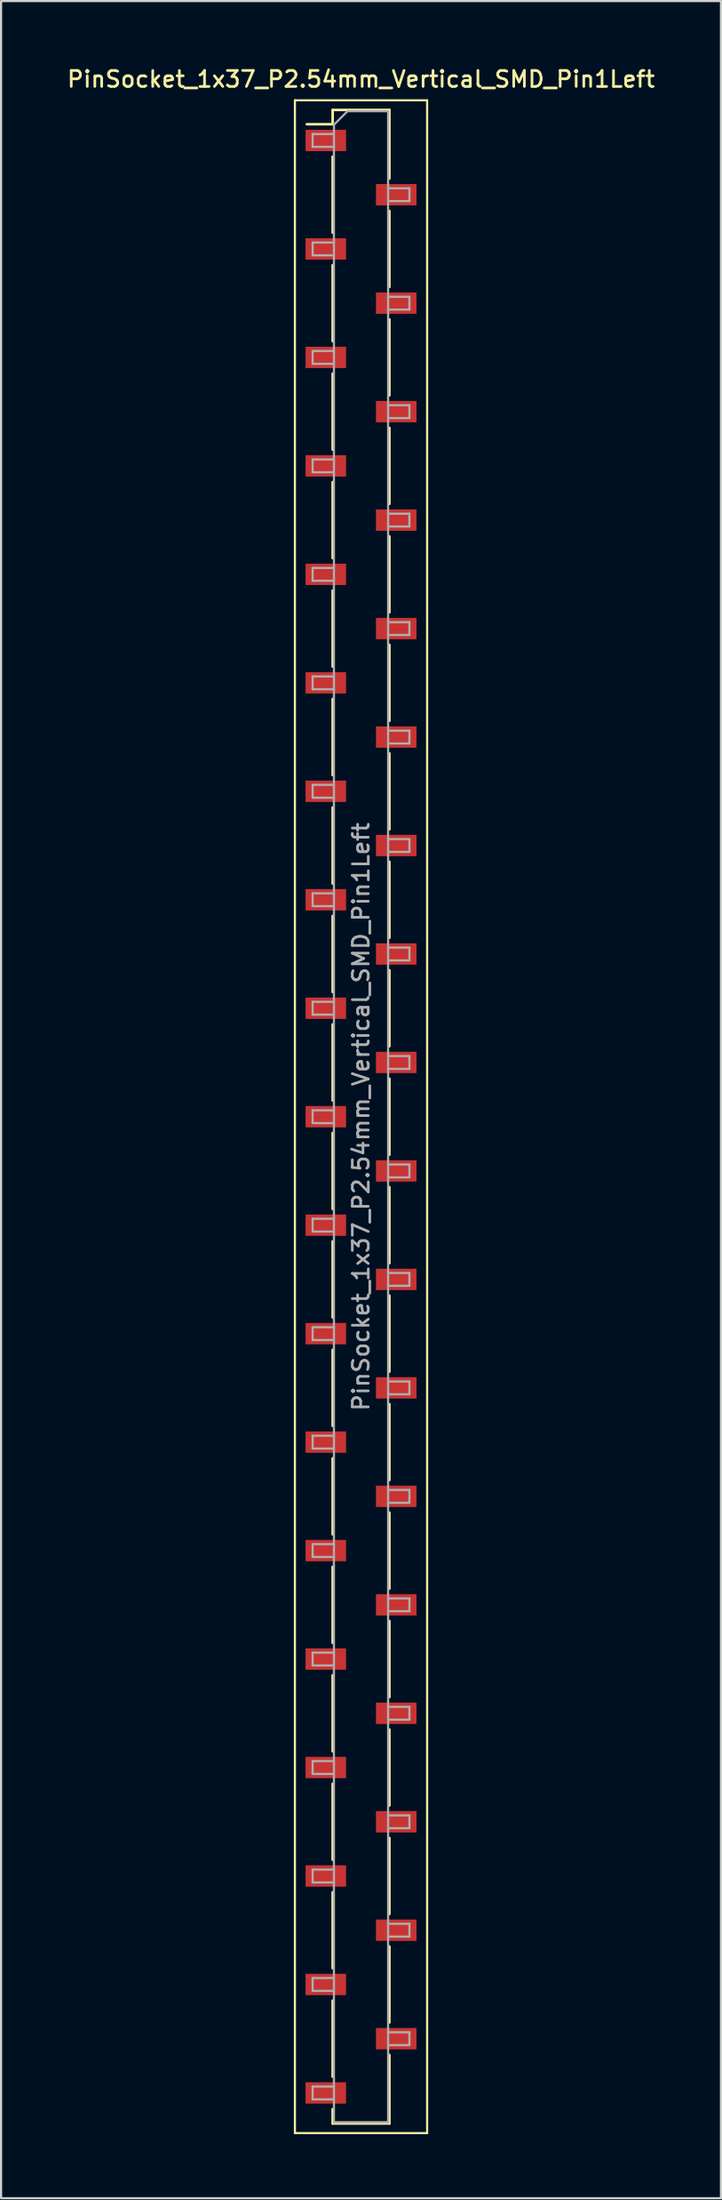
<source format=kicad_pcb>
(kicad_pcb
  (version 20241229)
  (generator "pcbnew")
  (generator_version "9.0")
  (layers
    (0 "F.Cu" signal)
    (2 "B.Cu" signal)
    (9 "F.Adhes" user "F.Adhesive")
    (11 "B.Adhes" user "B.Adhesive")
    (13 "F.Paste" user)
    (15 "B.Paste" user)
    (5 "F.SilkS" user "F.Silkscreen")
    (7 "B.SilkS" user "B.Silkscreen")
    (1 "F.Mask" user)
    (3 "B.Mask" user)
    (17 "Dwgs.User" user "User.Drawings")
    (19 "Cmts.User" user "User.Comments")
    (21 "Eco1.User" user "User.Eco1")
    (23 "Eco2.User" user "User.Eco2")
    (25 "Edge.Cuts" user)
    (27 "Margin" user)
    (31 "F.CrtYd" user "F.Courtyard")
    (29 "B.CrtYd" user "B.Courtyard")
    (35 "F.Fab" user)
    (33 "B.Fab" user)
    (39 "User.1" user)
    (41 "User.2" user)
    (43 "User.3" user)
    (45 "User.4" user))
  (footprint "PinSocket_1x37_P2.54mm_Vertical_SMD_Pin1Left"
    (layer "F.Cu")
    (at 13.88 49.248)
    (property "Reference" "PinSocket_1x37_P2.54mm_Vertical_SMD_Pin1Left" (at 0 -48.59 0) (layer "F.SilkS") (effects (font (size 0.75 0.75) (thickness 0.125))))
    (attr smd)
    (fp_line (start -3.1 -47.6) (end 3.1 -47.6) (stroke (width 0.1) (type solid)) (layer "F.SilkS"))
    (fp_line (start -3.1 47.6) (end -3.1 -47.6) (stroke (width 0.1) (type solid)) (layer "F.SilkS"))
    (fp_line (start -2.54 -46.48) (end -1.33 -46.48) (stroke (width 0.12) (type solid)) (layer "F.SilkS"))
    (fp_line (start -1.33 -47.15) (end -1.33 -46.48) (stroke (width 0.12) (type solid)) (layer "F.SilkS"))
    (fp_line (start -1.33 -47.15) (end 1.33 -47.15) (stroke (width 0.12) (type solid)) (layer "F.SilkS"))
    (fp_line (start -1.33 -44.96) (end -1.33 -41.4) (stroke (width 0.12) (type solid)) (layer "F.SilkS"))
    (fp_line (start -1.33 -39.88) (end -1.33 -36.32) (stroke (width 0.12) (type solid)) (layer "F.SilkS"))
    (fp_line (start -1.33 -34.8) (end -1.33 -31.24) (stroke (width 0.12) (type solid)) (layer "F.SilkS"))
    (fp_line (start -1.33 -29.72) (end -1.33 -26.16) (stroke (width 0.12) (type solid)) (layer "F.SilkS"))
    (fp_line (start -1.33 -24.64) (end -1.33 -21.08) (stroke (width 0.12) (type solid)) (layer "F.SilkS"))
    (fp_line (start -1.33 -19.56) (end -1.33 -16) (stroke (width 0.12) (type solid)) (layer "F.SilkS"))
    (fp_line (start -1.33 -14.48) (end -1.33 -10.92) (stroke (width 0.12) (type solid)) (layer "F.SilkS"))
    (fp_line (start -1.33 -9.4) (end -1.33 -5.84) (stroke (width 0.12) (type solid)) (layer "F.SilkS"))
    (fp_line (start -1.33 -4.32) (end -1.33 -0.76) (stroke (width 0.12) (type solid)) (layer "F.SilkS"))
    (fp_line (start -1.33 0.76) (end -1.33 4.32) (stroke (width 0.12) (type solid)) (layer "F.SilkS"))
    (fp_line (start -1.33 5.84) (end -1.33 9.4) (stroke (width 0.12) (type solid)) (layer "F.SilkS"))
    (fp_line (start -1.33 10.92) (end -1.33 14.48) (stroke (width 0.12) (type solid)) (layer "F.SilkS"))
    (fp_line (start -1.33 16) (end -1.33 19.56) (stroke (width 0.12) (type solid)) (layer "F.SilkS"))
    (fp_line (start -1.33 21.08) (end -1.33 24.64) (stroke (width 0.12) (type solid)) (layer "F.SilkS"))
    (fp_line (start -1.33 26.16) (end -1.33 29.72) (stroke (width 0.12) (type solid)) (layer "F.SilkS"))
    (fp_line (start -1.33 31.24) (end -1.33 34.8) (stroke (width 0.12) (type solid)) (layer "F.SilkS"))
    (fp_line (start -1.33 36.32) (end -1.33 39.88) (stroke (width 0.12) (type solid)) (layer "F.SilkS"))
    (fp_line (start -1.33 41.4) (end -1.33 44.96) (stroke (width 0.12) (type solid)) (layer "F.SilkS"))
    (fp_line (start -1.33 46.48) (end -1.33 47.15) (stroke (width 0.12) (type solid)) (layer "F.SilkS"))
    (fp_line (start -1.33 47.15) (end 1.33 47.15) (stroke (width 0.12) (type solid)) (layer "F.SilkS"))
    (fp_line (start 1.33 -47.15) (end 1.33 -43.94) (stroke (width 0.12) (type solid)) (layer "F.SilkS"))
    (fp_line (start 1.33 -42.42) (end 1.33 -38.86) (stroke (width 0.12) (type solid)) (layer "F.SilkS"))
    (fp_line (start 1.33 -37.34) (end 1.33 -33.78) (stroke (width 0.12) (type solid)) (layer "F.SilkS"))
    (fp_line (start 1.33 -32.26) (end 1.33 -28.7) (stroke (width 0.12) (type solid)) (layer "F.SilkS"))
    (fp_line (start 1.33 -27.18) (end 1.33 -23.62) (stroke (width 0.12) (type solid)) (layer "F.SilkS"))
    (fp_line (start 1.33 -22.1) (end 1.33 -18.54) (stroke (width 0.12) (type solid)) (layer "F.SilkS"))
    (fp_line (start 1.33 -17.02) (end 1.33 -13.46) (stroke (width 0.12) (type solid)) (layer "F.SilkS"))
    (fp_line (start 1.33 -11.94) (end 1.33 -8.38) (stroke (width 0.12) (type solid)) (layer "F.SilkS"))
    (fp_line (start 1.33 -6.86) (end 1.33 -3.3) (stroke (width 0.12) (type solid)) (layer "F.SilkS"))
    (fp_line (start 1.33 -1.78) (end 1.33 1.78) (stroke (width 0.12) (type solid)) (layer "F.SilkS"))
    (fp_line (start 1.33 3.3) (end 1.33 6.86) (stroke (width 0.12) (type solid)) (layer "F.SilkS"))
    (fp_line (start 1.33 8.38) (end 1.33 11.94) (stroke (width 0.12) (type solid)) (layer "F.SilkS"))
    (fp_line (start 1.33 13.46) (end 1.33 17.02) (stroke (width 0.12) (type solid)) (layer "F.SilkS"))
    (fp_line (start 1.33 18.54) (end 1.33 22.1) (stroke (width 0.12) (type solid)) (layer "F.SilkS"))
    (fp_line (start 1.33 23.62) (end 1.33 27.18) (stroke (width 0.12) (type solid)) (layer "F.SilkS"))
    (fp_line (start 1.33 28.7) (end 1.33 32.26) (stroke (width 0.12) (type solid)) (layer "F.SilkS"))
    (fp_line (start 1.33 33.78) (end 1.33 37.34) (stroke (width 0.12) (type solid)) (layer "F.SilkS"))
    (fp_line (start 1.33 38.86) (end 1.33 42.42) (stroke (width 0.12) (type solid)) (layer "F.SilkS"))
    (fp_line (start 1.33 43.94) (end 1.33 47.15) (stroke (width 0.12) (type solid)) (layer "F.SilkS"))
    (fp_line (start 3.1 -47.6) (end 3.1 47.6) (stroke (width 0.1) (type solid)) (layer "F.SilkS"))
    (fp_line (start 3.1 47.6) (end -3.1 47.6) (stroke (width 0.1) (type solid)) (layer "F.SilkS"))
    (fp_line (start -2.27 -46.02) (end -1.27 -46.02) (stroke (width 0.1) (type solid)) (layer "F.Fab"))
    (fp_line (start -2.27 -45.42) (end -2.27 -46.02) (stroke (width 0.1) (type solid)) (layer "F.Fab"))
    (fp_line (start -2.27 -40.94) (end -1.27 -40.94) (stroke (width 0.1) (type solid)) (layer "F.Fab"))
    (fp_line (start -2.27 -40.34) (end -2.27 -40.94) (stroke (width 0.1) (type solid)) (layer "F.Fab"))
    (fp_line (start -2.27 -35.86) (end -1.27 -35.86) (stroke (width 0.1) (type solid)) (layer "F.Fab"))
    (fp_line (start -2.27 -35.26) (end -2.27 -35.86) (stroke (width 0.1) (type solid)) (layer "F.Fab"))
    (fp_line (start -2.27 -30.78) (end -1.27 -30.78) (stroke (width 0.1) (type solid)) (layer "F.Fab"))
    (fp_line (start -2.27 -30.18) (end -2.27 -30.78) (stroke (width 0.1) (type solid)) (layer "F.Fab"))
    (fp_line (start -2.27 -25.7) (end -1.27 -25.7) (stroke (width 0.1) (type solid)) (layer "F.Fab"))
    (fp_line (start -2.27 -25.1) (end -2.27 -25.7) (stroke (width 0.1) (type solid)) (layer "F.Fab"))
    (fp_line (start -2.27 -20.62) (end -1.27 -20.62) (stroke (width 0.1) (type solid)) (layer "F.Fab"))
    (fp_line (start -2.27 -20.02) (end -2.27 -20.62) (stroke (width 0.1) (type solid)) (layer "F.Fab"))
    (fp_line (start -2.27 -15.54) (end -1.27 -15.54) (stroke (width 0.1) (type solid)) (layer "F.Fab"))
    (fp_line (start -2.27 -14.94) (end -2.27 -15.54) (stroke (width 0.1) (type solid)) (layer "F.Fab"))
    (fp_line (start -2.27 -10.46) (end -1.27 -10.46) (stroke (width 0.1) (type solid)) (layer "F.Fab"))
    (fp_line (start -2.27 -9.86) (end -2.27 -10.46) (stroke (width 0.1) (type solid)) (layer "F.Fab"))
    (fp_line (start -2.27 -5.38) (end -1.27 -5.38) (stroke (width 0.1) (type solid)) (layer "F.Fab"))
    (fp_line (start -2.27 -4.78) (end -2.27 -5.38) (stroke (width 0.1) (type solid)) (layer "F.Fab"))
    (fp_line (start -2.27 -0.3) (end -1.27 -0.3) (stroke (width 0.1) (type solid)) (layer "F.Fab"))
    (fp_line (start -2.27 0.3) (end -2.27 -0.3) (stroke (width 0.1) (type solid)) (layer "F.Fab"))
    (fp_line (start -2.27 4.78) (end -1.27 4.78) (stroke (width 0.1) (type solid)) (layer "F.Fab"))
    (fp_line (start -2.27 5.38) (end -2.27 4.78) (stroke (width 0.1) (type solid)) (layer "F.Fab"))
    (fp_line (start -2.27 9.86) (end -1.27 9.86) (stroke (width 0.1) (type solid)) (layer "F.Fab"))
    (fp_line (start -2.27 10.46) (end -2.27 9.86) (stroke (width 0.1) (type solid)) (layer "F.Fab"))
    (fp_line (start -2.27 14.94) (end -1.27 14.94) (stroke (width 0.1) (type solid)) (layer "F.Fab"))
    (fp_line (start -2.27 15.54) (end -2.27 14.94) (stroke (width 0.1) (type solid)) (layer "F.Fab"))
    (fp_line (start -2.27 20.02) (end -1.27 20.02) (stroke (width 0.1) (type solid)) (layer "F.Fab"))
    (fp_line (start -2.27 20.62) (end -2.27 20.02) (stroke (width 0.1) (type solid)) (layer "F.Fab"))
    (fp_line (start -2.27 25.1) (end -1.27 25.1) (stroke (width 0.1) (type solid)) (layer "F.Fab"))
    (fp_line (start -2.27 25.7) (end -2.27 25.1) (stroke (width 0.1) (type solid)) (layer "F.Fab"))
    (fp_line (start -2.27 30.18) (end -1.27 30.18) (stroke (width 0.1) (type solid)) (layer "F.Fab"))
    (fp_line (start -2.27 30.78) (end -2.27 30.18) (stroke (width 0.1) (type solid)) (layer "F.Fab"))
    (fp_line (start -2.27 35.26) (end -1.27 35.26) (stroke (width 0.1) (type solid)) (layer "F.Fab"))
    (fp_line (start -2.27 35.86) (end -2.27 35.26) (stroke (width 0.1) (type solid)) (layer "F.Fab"))
    (fp_line (start -2.27 40.34) (end -1.27 40.34) (stroke (width 0.1) (type solid)) (layer "F.Fab"))
    (fp_line (start -2.27 40.94) (end -2.27 40.34) (stroke (width 0.1) (type solid)) (layer "F.Fab"))
    (fp_line (start -2.27 45.42) (end -1.27 45.42) (stroke (width 0.1) (type solid)) (layer "F.Fab"))
    (fp_line (start -2.27 46.02) (end -2.27 45.42) (stroke (width 0.1) (type solid)) (layer "F.Fab"))
    (fp_line (start -1.27 -46.455) (end -0.635 -47.09) (stroke (width 0.1) (type solid)) (layer "F.Fab"))
    (fp_line (start -1.27 -45.42) (end -2.27 -45.42) (stroke (width 0.1) (type solid)) (layer "F.Fab"))
    (fp_line (start -1.27 -40.34) (end -2.27 -40.34) (stroke (width 0.1) (type solid)) (layer "F.Fab"))
    (fp_line (start -1.27 -35.26) (end -2.27 -35.26) (stroke (width 0.1) (type solid)) (layer "F.Fab"))
    (fp_line (start -1.27 -30.18) (end -2.27 -30.18) (stroke (width 0.1) (type solid)) (layer "F.Fab"))
    (fp_line (start -1.27 -25.1) (end -2.27 -25.1) (stroke (width 0.1) (type solid)) (layer "F.Fab"))
    (fp_line (start -1.27 -20.02) (end -2.27 -20.02) (stroke (width 0.1) (type solid)) (layer "F.Fab"))
    (fp_line (start -1.27 -14.94) (end -2.27 -14.94) (stroke (width 0.1) (type solid)) (layer "F.Fab"))
    (fp_line (start -1.27 -9.86) (end -2.27 -9.86) (stroke (width 0.1) (type solid)) (layer "F.Fab"))
    (fp_line (start -1.27 -4.78) (end -2.27 -4.78) (stroke (width 0.1) (type solid)) (layer "F.Fab"))
    (fp_line (start -1.27 0.3) (end -2.27 0.3) (stroke (width 0.1) (type solid)) (layer "F.Fab"))
    (fp_line (start -1.27 5.38) (end -2.27 5.38) (stroke (width 0.1) (type solid)) (layer "F.Fab"))
    (fp_line (start -1.27 10.46) (end -2.27 10.46) (stroke (width 0.1) (type solid)) (layer "F.Fab"))
    (fp_line (start -1.27 15.54) (end -2.27 15.54) (stroke (width 0.1) (type solid)) (layer "F.Fab"))
    (fp_line (start -1.27 20.62) (end -2.27 20.62) (stroke (width 0.1) (type solid)) (layer "F.Fab"))
    (fp_line (start -1.27 25.7) (end -2.27 25.7) (stroke (width 0.1) (type solid)) (layer "F.Fab"))
    (fp_line (start -1.27 30.78) (end -2.27 30.78) (stroke (width 0.1) (type solid)) (layer "F.Fab"))
    (fp_line (start -1.27 35.86) (end -2.27 35.86) (stroke (width 0.1) (type solid)) (layer "F.Fab"))
    (fp_line (start -1.27 40.94) (end -2.27 40.94) (stroke (width 0.1) (type solid)) (layer "F.Fab"))
    (fp_line (start -1.27 46.02) (end -2.27 46.02) (stroke (width 0.1) (type solid)) (layer "F.Fab"))
    (fp_line (start -1.27 47.09) (end -1.27 -46.455) (stroke (width 0.1) (type solid)) (layer "F.Fab"))
    (fp_line (start -0.635 -47.09) (end 1.27 -47.09) (stroke (width 0.1) (type solid)) (layer "F.Fab"))
    (fp_line (start 1.27 -47.09) (end 1.27 47.09) (stroke (width 0.1) (type solid)) (layer "F.Fab"))
    (fp_line (start 1.27 -43.48) (end 2.27 -43.48) (stroke (width 0.1) (type solid)) (layer "F.Fab"))
    (fp_line (start 1.27 -38.4) (end 2.27 -38.4) (stroke (width 0.1) (type solid)) (layer "F.Fab"))
    (fp_line (start 1.27 -33.32) (end 2.27 -33.32) (stroke (width 0.1) (type solid)) (layer "F.Fab"))
    (fp_line (start 1.27 -28.24) (end 2.27 -28.24) (stroke (width 0.1) (type solid)) (layer "F.Fab"))
    (fp_line (start 1.27 -23.16) (end 2.27 -23.16) (stroke (width 0.1) (type solid)) (layer "F.Fab"))
    (fp_line (start 1.27 -18.08) (end 2.27 -18.08) (stroke (width 0.1) (type solid)) (layer "F.Fab"))
    (fp_line (start 1.27 -13) (end 2.27 -13) (stroke (width 0.1) (type solid)) (layer "F.Fab"))
    (fp_line (start 1.27 -7.92) (end 2.27 -7.92) (stroke (width 0.1) (type solid)) (layer "F.Fab"))
    (fp_line (start 1.27 -2.84) (end 2.27 -2.84) (stroke (width 0.1) (type solid)) (layer "F.Fab"))
    (fp_line (start 1.27 2.24) (end 2.27 2.24) (stroke (width 0.1) (type solid)) (layer "F.Fab"))
    (fp_line (start 1.27 7.32) (end 2.27 7.32) (stroke (width 0.1) (type solid)) (layer "F.Fab"))
    (fp_line (start 1.27 12.4) (end 2.27 12.4) (stroke (width 0.1) (type solid)) (layer "F.Fab"))
    (fp_line (start 1.27 17.48) (end 2.27 17.48) (stroke (width 0.1) (type solid)) (layer "F.Fab"))
    (fp_line (start 1.27 22.56) (end 2.27 22.56) (stroke (width 0.1) (type solid)) (layer "F.Fab"))
    (fp_line (start 1.27 27.64) (end 2.27 27.64) (stroke (width 0.1) (type solid)) (layer "F.Fab"))
    (fp_line (start 1.27 32.72) (end 2.27 32.72) (stroke (width 0.1) (type solid)) (layer "F.Fab"))
    (fp_line (start 1.27 37.8) (end 2.27 37.8) (stroke (width 0.1) (type solid)) (layer "F.Fab"))
    (fp_line (start 1.27 42.88) (end 2.27 42.88) (stroke (width 0.1) (type solid)) (layer "F.Fab"))
    (fp_line (start 1.27 47.09) (end -1.27 47.09) (stroke (width 0.1) (type solid)) (layer "F.Fab"))
    (fp_line (start 2.27 -43.48) (end 2.27 -42.88) (stroke (width 0.1) (type solid)) (layer "F.Fab"))
    (fp_line (start 2.27 -42.88) (end 1.27 -42.88) (stroke (width 0.1) (type solid)) (layer "F.Fab"))
    (fp_line (start 2.27 -38.4) (end 2.27 -37.8) (stroke (width 0.1) (type solid)) (layer "F.Fab"))
    (fp_line (start 2.27 -37.8) (end 1.27 -37.8) (stroke (width 0.1) (type solid)) (layer "F.Fab"))
    (fp_line (start 2.27 -33.32) (end 2.27 -32.72) (stroke (width 0.1) (type solid)) (layer "F.Fab"))
    (fp_line (start 2.27 -32.72) (end 1.27 -32.72) (stroke (width 0.1) (type solid)) (layer "F.Fab"))
    (fp_line (start 2.27 -28.24) (end 2.27 -27.64) (stroke (width 0.1) (type solid)) (layer "F.Fab"))
    (fp_line (start 2.27 -27.64) (end 1.27 -27.64) (stroke (width 0.1) (type solid)) (layer "F.Fab"))
    (fp_line (start 2.27 -23.16) (end 2.27 -22.56) (stroke (width 0.1) (type solid)) (layer "F.Fab"))
    (fp_line (start 2.27 -22.56) (end 1.27 -22.56) (stroke (width 0.1) (type solid)) (layer "F.Fab"))
    (fp_line (start 2.27 -18.08) (end 2.27 -17.48) (stroke (width 0.1) (type solid)) (layer "F.Fab"))
    (fp_line (start 2.27 -17.48) (end 1.27 -17.48) (stroke (width 0.1) (type solid)) (layer "F.Fab"))
    (fp_line (start 2.27 -13) (end 2.27 -12.4) (stroke (width 0.1) (type solid)) (layer "F.Fab"))
    (fp_line (start 2.27 -12.4) (end 1.27 -12.4) (stroke (width 0.1) (type solid)) (layer "F.Fab"))
    (fp_line (start 2.27 -7.92) (end 2.27 -7.32) (stroke (width 0.1) (type solid)) (layer "F.Fab"))
    (fp_line (start 2.27 -7.32) (end 1.27 -7.32) (stroke (width 0.1) (type solid)) (layer "F.Fab"))
    (fp_line (start 2.27 -2.84) (end 2.27 -2.24) (stroke (width 0.1) (type solid)) (layer "F.Fab"))
    (fp_line (start 2.27 -2.24) (end 1.27 -2.24) (stroke (width 0.1) (type solid)) (layer "F.Fab"))
    (fp_line (start 2.27 2.24) (end 2.27 2.84) (stroke (width 0.1) (type solid)) (layer "F.Fab"))
    (fp_line (start 2.27 2.84) (end 1.27 2.84) (stroke (width 0.1) (type solid)) (layer "F.Fab"))
    (fp_line (start 2.27 7.32) (end 2.27 7.92) (stroke (width 0.1) (type solid)) (layer "F.Fab"))
    (fp_line (start 2.27 7.92) (end 1.27 7.92) (stroke (width 0.1) (type solid)) (layer "F.Fab"))
    (fp_line (start 2.27 12.4) (end 2.27 13) (stroke (width 0.1) (type solid)) (layer "F.Fab"))
    (fp_line (start 2.27 13) (end 1.27 13) (stroke (width 0.1) (type solid)) (layer "F.Fab"))
    (fp_line (start 2.27 17.48) (end 2.27 18.08) (stroke (width 0.1) (type solid)) (layer "F.Fab"))
    (fp_line (start 2.27 18.08) (end 1.27 18.08) (stroke (width 0.1) (type solid)) (layer "F.Fab"))
    (fp_line (start 2.27 22.56) (end 2.27 23.16) (stroke (width 0.1) (type solid)) (layer "F.Fab"))
    (fp_line (start 2.27 23.16) (end 1.27 23.16) (stroke (width 0.1) (type solid)) (layer "F.Fab"))
    (fp_line (start 2.27 27.64) (end 2.27 28.24) (stroke (width 0.1) (type solid)) (layer "F.Fab"))
    (fp_line (start 2.27 28.24) (end 1.27 28.24) (stroke (width 0.1) (type solid)) (layer "F.Fab"))
    (fp_line (start 2.27 32.72) (end 2.27 33.32) (stroke (width 0.1) (type solid)) (layer "F.Fab"))
    (fp_line (start 2.27 33.32) (end 1.27 33.32) (stroke (width 0.1) (type solid)) (layer "F.Fab"))
    (fp_line (start 2.27 37.8) (end 2.27 38.4) (stroke (width 0.1) (type solid)) (layer "F.Fab"))
    (fp_line (start 2.27 38.4) (end 1.27 38.4) (stroke (width 0.1) (type solid)) (layer "F.Fab"))
    (fp_line (start 2.27 42.88) (end 2.27 43.48) (stroke (width 0.1) (type solid)) (layer "F.Fab"))
    (fp_line (start 2.27 43.48) (end 1.27 43.48) (stroke (width 0.1) (type solid)) (layer "F.Fab"))
    (fp_text user "${REFERENCE}" (at 0 0 90) (layer "F.Fab") (effects (font (size 0.75 0.75) (thickness 0.125))))
    (pad "1" smd rect (at -1.65 -45.72) (size 1.9 1) (layers "F.Cu" "F.Mask" "F.Paste"))
    (pad "2" smd rect (at 1.65 -43.18) (size 1.9 1) (layers "F.Cu" "F.Mask" "F.Paste"))
    (pad "3" smd rect (at -1.65 -40.64) (size 1.9 1) (layers "F.Cu" "F.Mask" "F.Paste"))
    (pad "4" smd rect (at 1.65 -38.1) (size 1.9 1) (layers "F.Cu" "F.Mask" "F.Paste"))
    (pad "5" smd rect (at -1.65 -35.56) (size 1.9 1) (layers "F.Cu" "F.Mask" "F.Paste"))
    (pad "6" smd rect (at 1.65 -33.02) (size 1.9 1) (layers "F.Cu" "F.Mask" "F.Paste"))
    (pad "7" smd rect (at -1.65 -30.48) (size 1.9 1) (layers "F.Cu" "F.Mask" "F.Paste"))
    (pad "8" smd rect (at 1.65 -27.94) (size 1.9 1) (layers "F.Cu" "F.Mask" "F.Paste"))
    (pad "9" smd rect (at -1.65 -25.4) (size 1.9 1) (layers "F.Cu" "F.Mask" "F.Paste"))
    (pad "10" smd rect (at 1.65 -22.86) (size 1.9 1) (layers "F.Cu" "F.Mask" "F.Paste"))
    (pad "11" smd rect (at -1.65 -20.32) (size 1.9 1) (layers "F.Cu" "F.Mask" "F.Paste"))
    (pad "12" smd rect (at 1.65 -17.78) (size 1.9 1) (layers "F.Cu" "F.Mask" "F.Paste"))
    (pad "13" smd rect (at -1.65 -15.24) (size 1.9 1) (layers "F.Cu" "F.Mask" "F.Paste"))
    (pad "14" smd rect (at 1.65 -12.7) (size 1.9 1) (layers "F.Cu" "F.Mask" "F.Paste"))
    (pad "15" smd rect (at -1.65 -10.16) (size 1.9 1) (layers "F.Cu" "F.Mask" "F.Paste"))
    (pad "16" smd rect (at 1.65 -7.62) (size 1.9 1) (layers "F.Cu" "F.Mask" "F.Paste"))
    (pad "17" smd rect (at -1.65 -5.08) (size 1.9 1) (layers "F.Cu" "F.Mask" "F.Paste"))
    (pad "18" smd rect (at 1.65 -2.54) (size 1.9 1) (layers "F.Cu" "F.Mask" "F.Paste"))
    (pad "19" smd rect (at -1.65 0) (size 1.9 1) (layers "F.Cu" "F.Mask" "F.Paste"))
    (pad "20" smd rect (at 1.65 2.54) (size 1.9 1) (layers "F.Cu" "F.Mask" "F.Paste"))
    (pad "21" smd rect (at -1.65 5.08) (size 1.9 1) (layers "F.Cu" "F.Mask" "F.Paste"))
    (pad "22" smd rect (at 1.65 7.62) (size 1.9 1) (layers "F.Cu" "F.Mask" "F.Paste"))
    (pad "23" smd rect (at -1.65 10.16) (size 1.9 1) (layers "F.Cu" "F.Mask" "F.Paste"))
    (pad "24" smd rect (at 1.65 12.7) (size 1.9 1) (layers "F.Cu" "F.Mask" "F.Paste"))
    (pad "25" smd rect (at -1.65 15.24) (size 1.9 1) (layers "F.Cu" "F.Mask" "F.Paste"))
    (pad "26" smd rect (at 1.65 17.78) (size 1.9 1) (layers "F.Cu" "F.Mask" "F.Paste"))
    (pad "27" smd rect (at -1.65 20.32) (size 1.9 1) (layers "F.Cu" "F.Mask" "F.Paste"))
    (pad "28" smd rect (at 1.65 22.86) (size 1.9 1) (layers "F.Cu" "F.Mask" "F.Paste"))
    (pad "29" smd rect (at -1.65 25.4) (size 1.9 1) (layers "F.Cu" "F.Mask" "F.Paste"))
    (pad "30" smd rect (at 1.65 27.94) (size 1.9 1) (layers "F.Cu" "F.Mask" "F.Paste"))
    (pad "31" smd rect (at -1.65 30.48) (size 1.9 1) (layers "F.Cu" "F.Mask" "F.Paste"))
    (pad "32" smd rect (at 1.65 33.02) (size 1.9 1) (layers "F.Cu" "F.Mask" "F.Paste"))
    (pad "33" smd rect (at -1.65 35.56) (size 1.9 1) (layers "F.Cu" "F.Mask" "F.Paste"))
    (pad "34" smd rect (at 1.65 38.1) (size 1.9 1) (layers "F.Cu" "F.Mask" "F.Paste"))
    (pad "35" smd rect (at -1.65 40.64) (size 1.9 1) (layers "F.Cu" "F.Mask" "F.Paste"))
    (pad "36" smd rect (at 1.65 43.18) (size 1.9 1) (layers "F.Cu" "F.Mask" "F.Paste"))
    (pad "37" smd rect (at -1.65 45.72) (size 1.9 1) (layers "F.Cu" "F.Mask" "F.Paste")))
  (gr_rect
    (start -3 -3)
    (end 30.761 99.898)
    (stroke (width 0.1) (type default))
    (fill no)
    (layer "Edge.Cuts")))
</source>
